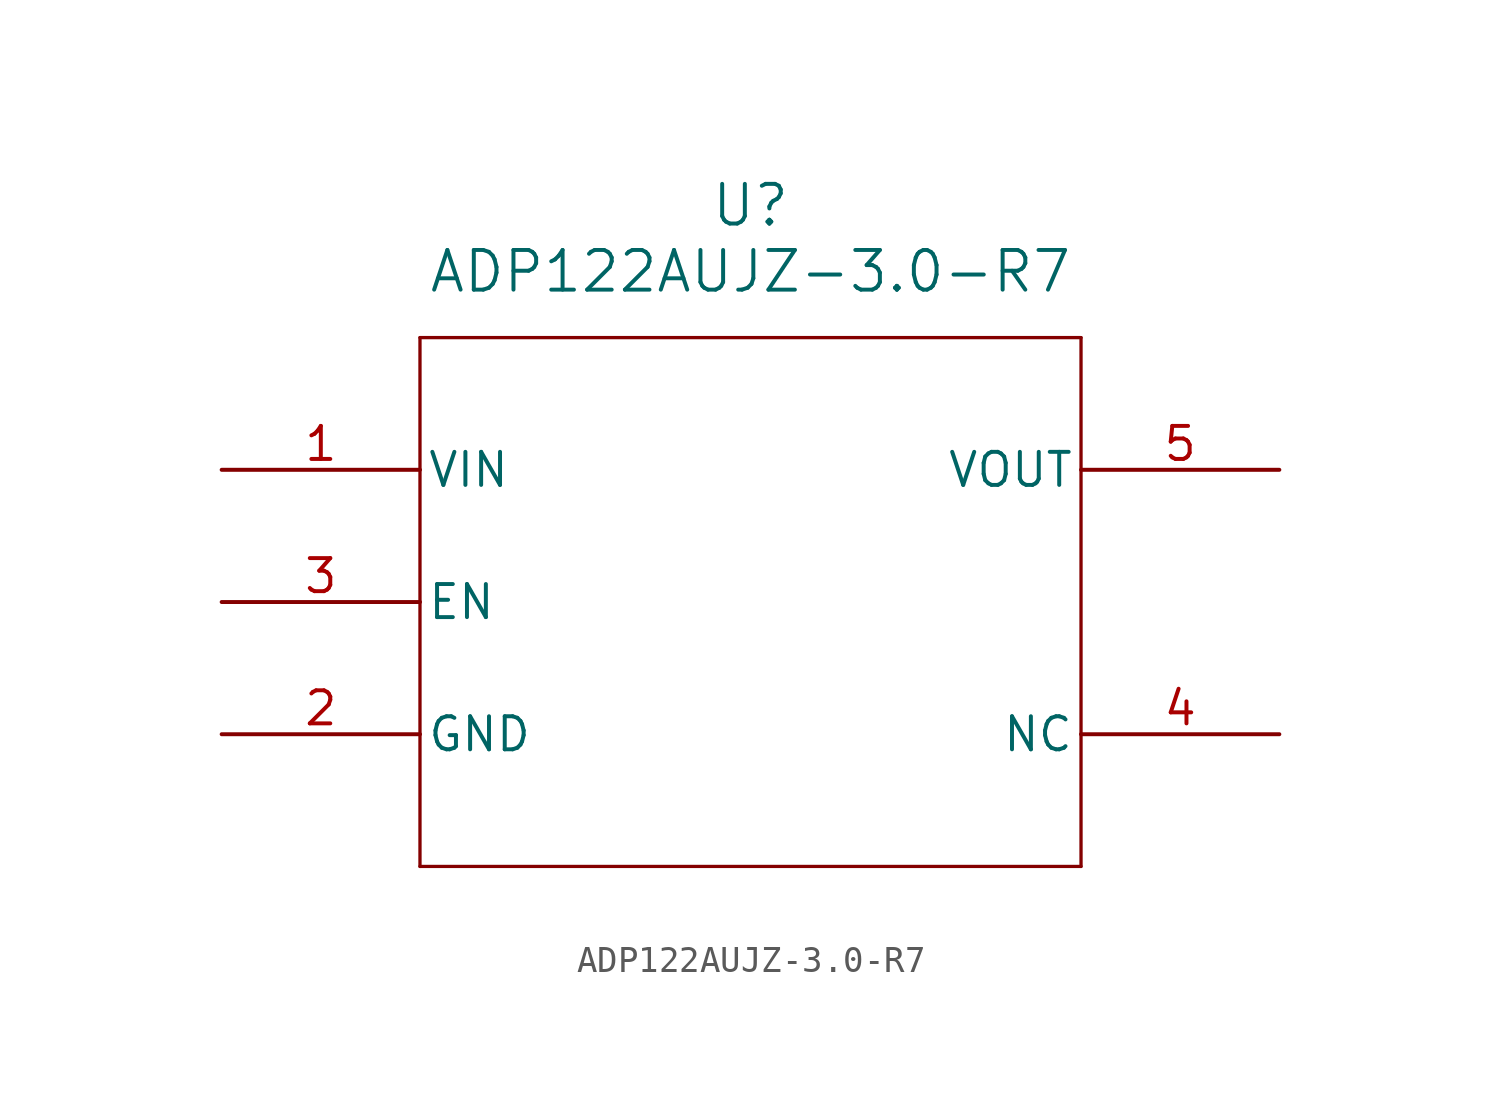
<source format=kicad_sym>
(kicad_symbol_lib
  (version 20211014)
  (generator kicad_symbol_editor)
  (symbol "ADP122AUJZ-3.0-R7"
    (pin_names
      (offset 0.254))
    (property "Reference" "U"
      (at 20.32 10.16 0)
      (effects (font (size 1.524 1.524))))
    (property "Value" "ADP122AUJZ-3.0-R7"
      (at 20.32 7.62 0)
      (effects (font (size 1.524 1.524))))
    (symbol "ADP122AUJZ-3.0-R7_0_1"
      (polyline (pts (xy 7.62 5.08) (xy 7.62 -15.24)) (stroke (width 0.127) (type default) (color 0 0 0 0)) (fill (type none)))
      (polyline (pts (xy 7.62 -15.24) (xy 33.02 -15.24)) (stroke (width 0.127) (type default) (color 0 0 0 0)) (fill (type none)))
      (polyline (pts (xy 33.02 -15.24) (xy 33.02 5.08)) (stroke (width 0.127) (type default) (color 0 0 0 0)) (fill (type none)))
      (polyline (pts (xy 33.02 5.08) (xy 7.62 5.08)) (stroke (width 0.127) (type default) (color 0 0 0 0)) (fill (type none)))
      (pin unspecified line (at 0 0 0) (length 7.62) (name "VIN" (effects (font (size 1.27 1.27)))) (number "1" (effects (font (size 1.27 1.27)))))
      (pin unspecified line (at 0 -10.16 0) (length 7.62) (name "GND" (effects (font (size 1.27 1.27)))) (number "2" (effects (font (size 1.27 1.27)))))
      (pin unspecified line (at 0 -5.08 0) (length 7.62) (name "EN" (effects (font (size 1.27 1.27)))) (number "3" (effects (font (size 1.27 1.27)))))
      (pin unspecified line (at 40.64 -10.16 180) (length 7.62) (name "NC" (effects (font (size 1.27 1.27)))) (number "4" (effects (font (size 1.27 1.27)))))
      (pin unspecified line (at 40.64 0 180) (length 7.62) (name "VOUT" (effects (font (size 1.27 1.27)))) (number "5" (effects (font (size 1.27 1.27))))))))
</source>
